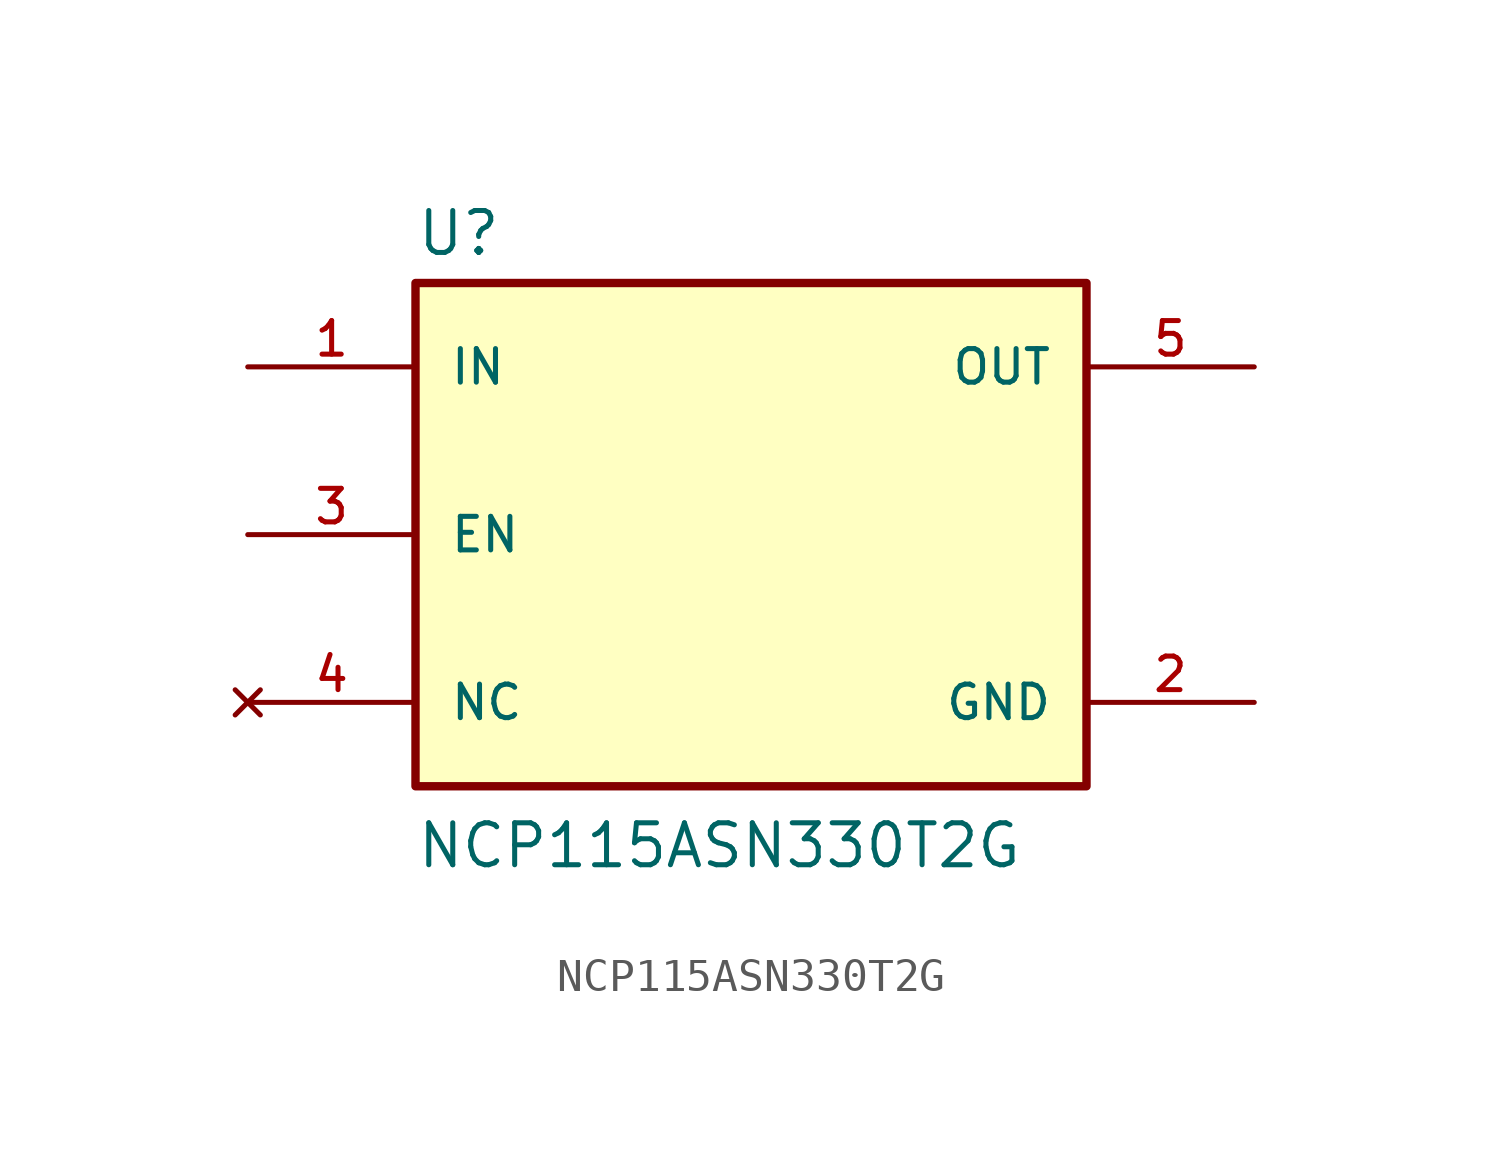
<source format=kicad_sym>
(kicad_symbol_lib
  (version 20211014)
  (generator kicad_symbol_editor)
  (symbol "NCP115ASN330T2G"
    (pin_names
      (offset 1.016))
    (property "Reference" "U"
      (at -10.16 8.382 0)
      (effects (font (size 1.27 1.27)) (justify bottom left)))
    (property "Value" "NCP115ASN330T2G"
      (at -10.16 -10.16 0)
      (effects (font (size 1.27 1.27)) (justify bottom left)))
    (symbol "NCP115ASN330T2G_0_0"
      (rectangle (start -10.16 -7.62) (end 10.16 7.62) (stroke (width 0.254)) (fill (type background)))
      (pin input line (at -15.24 5.08 0) (length 5.08) (name "IN" (effects (font (size 1.016 1.016)))) (number "1" (effects (font (size 1.016 1.016)))))
      (pin power_in line (at 15.24 -5.08 180.0) (length 5.08) (name "GND" (effects (font (size 1.016 1.016)))) (number "2" (effects (font (size 1.016 1.016)))))
      (pin input line (at -15.24 0.0 0) (length 5.08) (name "EN" (effects (font (size 1.016 1.016)))) (number "3" (effects (font (size 1.016 1.016)))))
      (pin no_connect line (at -15.24 -5.08 0) (length 5.08) (name "NC" (effects (font (size 1.016 1.016)))) (number "4" (effects (font (size 1.016 1.016)))))
      (pin output line (at 15.24 5.08 180.0) (length 5.08) (name "OUT" (effects (font (size 1.016 1.016)))) (number "5" (effects (font (size 1.016 1.016))))))))
</source>
